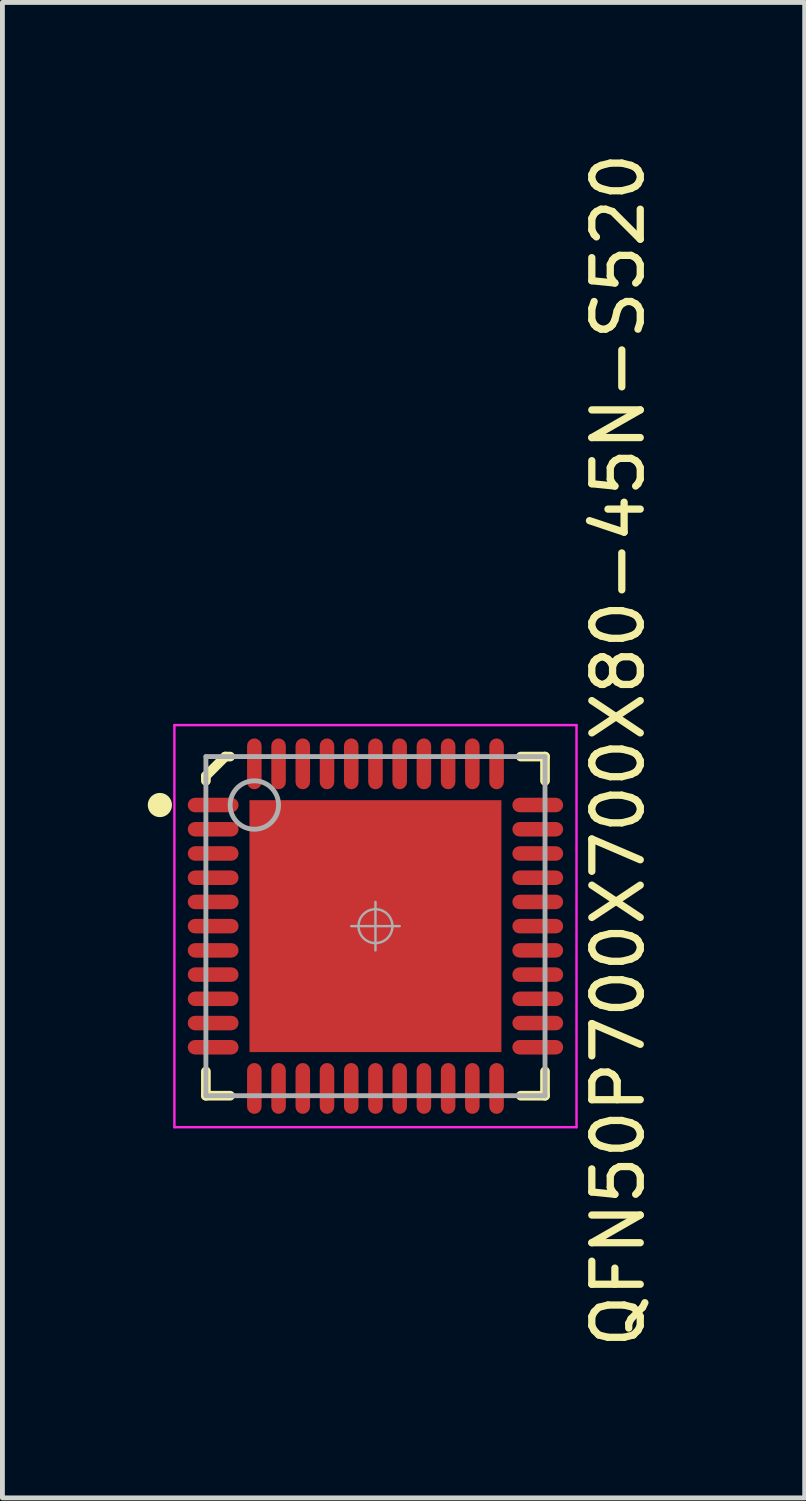
<source format=kicad_pcb>
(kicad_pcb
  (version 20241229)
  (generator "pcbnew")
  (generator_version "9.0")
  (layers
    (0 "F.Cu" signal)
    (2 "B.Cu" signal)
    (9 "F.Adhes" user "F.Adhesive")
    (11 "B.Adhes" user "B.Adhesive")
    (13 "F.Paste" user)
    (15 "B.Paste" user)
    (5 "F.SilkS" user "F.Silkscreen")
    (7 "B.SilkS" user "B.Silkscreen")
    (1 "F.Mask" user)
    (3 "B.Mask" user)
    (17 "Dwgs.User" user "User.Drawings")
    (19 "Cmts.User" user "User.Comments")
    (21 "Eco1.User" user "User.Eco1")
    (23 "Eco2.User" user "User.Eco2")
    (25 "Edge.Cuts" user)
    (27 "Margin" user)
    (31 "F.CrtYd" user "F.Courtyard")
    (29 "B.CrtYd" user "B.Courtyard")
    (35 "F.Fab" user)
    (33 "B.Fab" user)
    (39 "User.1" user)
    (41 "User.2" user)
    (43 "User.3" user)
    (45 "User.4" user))
  (footprint "QFN50P700X700X80-45N-S520"
    (layer "F.Cu")
    (at 4.7 16.067)
    (property "Reference" "QFN50P700X700X80-45N-S520" (at 5.011 -3.632 270) (layer "F.SilkS") (effects (font (size 1 1) (thickness 0.15))))
    (attr smd)
    (fp_line (start -3.5 -3.1) (end -3.1 -3.5) (stroke (width 0.2) (type solid)) (layer "F.SilkS"))
    (fp_line (start -3.5 -3) (end -3.5 -3.1) (stroke (width 0.2) (type solid)) (layer "F.SilkS"))
    (fp_line (start -3.5 3.5) (end -3.5 3) (stroke (width 0.2) (type solid)) (layer "F.SilkS"))
    (fp_line (start -3.5 3.5) (end -3 3.5) (stroke (width 0.2) (type solid)) (layer "F.SilkS"))
    (fp_line (start -3.1 -3.5) (end -3 -3.5) (stroke (width 0.2) (type solid)) (layer "F.SilkS"))
    (fp_line (start 3 -3.5) (end 3.5 -3.5) (stroke (width 0.2) (type solid)) (layer "F.SilkS"))
    (fp_line (start 3 3.5) (end 3.5 3.5) (stroke (width 0.2) (type solid)) (layer "F.SilkS"))
    (fp_line (start 3.5 -3) (end 3.5 -3.5) (stroke (width 0.2) (type solid)) (layer "F.SilkS"))
    (fp_line (start 3.5 3.5) (end 3.5 3) (stroke (width 0.2) (type solid)) (layer "F.SilkS"))
    (fp_circle (center -4.45 -2.5) (end -4.325 -2.5) (stroke (width 0.25) (type solid)) (fill no) (layer "F.SilkS"))
    (fp_line (start -4.15 -4.15) (end 4.15 -4.15) (stroke (width 0.05) (type solid)) (layer "F.CrtYd"))
    (fp_line (start -4.15 4.15) (end -4.15 -4.15) (stroke (width 0.05) (type solid)) (layer "F.CrtYd"))
    (fp_line (start -4.15 4.15) (end 4.15 4.15) (stroke (width 0.05) (type solid)) (layer "F.CrtYd"))
    (fp_line (start 4.15 4.15) (end 4.15 -4.15) (stroke (width 0.05) (type solid)) (layer "F.CrtYd"))
    (fp_line (start -3.5 -3.5) (end 3.5 -3.5) (stroke (width 0.1) (type solid)) (layer "F.Fab"))
    (fp_line (start -3.5 3.5) (end -3.5 -3.5) (stroke (width 0.1) (type solid)) (layer "F.Fab"))
    (fp_line (start -3.5 3.5) (end 3.5 3.5) (stroke (width 0.1) (type solid)) (layer "F.Fab"))
    (fp_line (start -0.5 0) (end 0.5 0) (stroke (width 0.05) (type solid)) (layer "F.Fab"))
    (fp_line (start 0 0.5) (end 0 -0.5) (stroke (width 0.05) (type solid)) (layer "F.Fab"))
    (fp_line (start 3.5 3.5) (end 3.5 -3.5) (stroke (width 0.1) (type solid)) (layer "F.Fab"))
    (fp_circle (center -2.5 -2.5) (end -2 -2.5) (stroke (width 0.1) (type solid)) (fill no) (layer "F.Fab"))
    (fp_circle (center 0 0) (end 0.35 0) (stroke (width 0.05) (type solid)) (fill no) (layer "F.Fab"))
    (pad "1" smd roundrect (at -3.35 -2.5) (size 1.05 0.3) (layers "F.Cu" "F.Mask" "F.Paste") (roundrect_rratio 0.5))
    (pad "2" smd roundrect (at -3.35 -2) (size 1.05 0.3) (layers "F.Cu" "F.Mask" "F.Paste") (roundrect_rratio 0.5))
    (pad "3" smd roundrect (at -3.35 -1.5) (size 1.05 0.3) (layers "F.Cu" "F.Mask" "F.Paste") (roundrect_rratio 0.5))
    (pad "4" smd roundrect (at -3.35 -1) (size 1.05 0.3) (layers "F.Cu" "F.Mask" "F.Paste") (roundrect_rratio 0.5))
    (pad "5" smd roundrect (at -3.35 -0.5) (size 1.05 0.3) (layers "F.Cu" "F.Mask" "F.Paste") (roundrect_rratio 0.5))
    (pad "6" smd roundrect (at -3.35 0) (size 1.05 0.3) (layers "F.Cu" "F.Mask" "F.Paste") (roundrect_rratio 0.5))
    (pad "7" smd roundrect (at -3.35 0.5) (size 1.05 0.3) (layers "F.Cu" "F.Mask" "F.Paste") (roundrect_rratio 0.5))
    (pad "8" smd roundrect (at -3.35 1) (size 1.05 0.3) (layers "F.Cu" "F.Mask" "F.Paste") (roundrect_rratio 0.5))
    (pad "9" smd roundrect (at -3.35 1.5) (size 1.05 0.3) (layers "F.Cu" "F.Mask" "F.Paste") (roundrect_rratio 0.5))
    (pad "10" smd roundrect (at -3.35 2) (size 1.05 0.3) (layers "F.Cu" "F.Mask" "F.Paste") (roundrect_rratio 0.5))
    (pad "11" smd roundrect (at -3.35 2.5) (size 1.05 0.3) (layers "F.Cu" "F.Mask" "F.Paste") (roundrect_rratio 0.5))
    (pad "12" smd roundrect (at -2.5 3.35 90) (size 1.05 0.3) (layers "F.Cu" "F.Mask" "F.Paste") (roundrect_rratio 0.5))
    (pad "13" smd roundrect (at -2 3.35 90) (size 1.05 0.3) (layers "F.Cu" "F.Mask" "F.Paste") (roundrect_rratio 0.5))
    (pad "14" smd roundrect (at -1.5 3.35 90) (size 1.05 0.3) (layers "F.Cu" "F.Mask" "F.Paste") (roundrect_rratio 0.5))
    (pad "15" smd roundrect (at -1 3.35 90) (size 1.05 0.3) (layers "F.Cu" "F.Mask" "F.Paste") (roundrect_rratio 0.5))
    (pad "16" smd roundrect (at -0.5 3.35 90) (size 1.05 0.3) (layers "F.Cu" "F.Mask" "F.Paste") (roundrect_rratio 0.5))
    (pad "17" smd roundrect (at 0 3.35 90) (size 1.05 0.3) (layers "F.Cu" "F.Mask" "F.Paste") (roundrect_rratio 0.5))
    (pad "18" smd roundrect (at 0.5 3.35 90) (size 1.05 0.3) (layers "F.Cu" "F.Mask" "F.Paste") (roundrect_rratio 0.5))
    (pad "19" smd roundrect (at 1 3.35 90) (size 1.05 0.3) (layers "F.Cu" "F.Mask" "F.Paste") (roundrect_rratio 0.5))
    (pad "20" smd roundrect (at 1.5 3.35 90) (size 1.05 0.3) (layers "F.Cu" "F.Mask" "F.Paste") (roundrect_rratio 0.5))
    (pad "21" smd roundrect (at 2 3.35 90) (size 1.05 0.3) (layers "F.Cu" "F.Mask" "F.Paste") (roundrect_rratio 0.5))
    (pad "22" smd roundrect (at 2.5 3.35 90) (size 1.05 0.3) (layers "F.Cu" "F.Mask" "F.Paste") (roundrect_rratio 0.5))
    (pad "23" smd roundrect (at 3.35 2.5) (size 1.05 0.3) (layers "F.Cu" "F.Mask" "F.Paste") (roundrect_rratio 0.5))
    (pad "24" smd roundrect (at 3.35 2) (size 1.05 0.3) (layers "F.Cu" "F.Mask" "F.Paste") (roundrect_rratio 0.5))
    (pad "25" smd roundrect (at 3.35 1.5) (size 1.05 0.3) (layers "F.Cu" "F.Mask" "F.Paste") (roundrect_rratio 0.5))
    (pad "26" smd roundrect (at 3.35 1) (size 1.05 0.3) (layers "F.Cu" "F.Mask" "F.Paste") (roundrect_rratio 0.5))
    (pad "27" smd roundrect (at 3.35 0.5) (size 1.05 0.3) (layers "F.Cu" "F.Mask" "F.Paste") (roundrect_rratio 0.5))
    (pad "28" smd roundrect (at 3.35 0) (size 1.05 0.3) (layers "F.Cu" "F.Mask" "F.Paste") (roundrect_rratio 0.5))
    (pad "29" smd roundrect (at 3.35 -0.5) (size 1.05 0.3) (layers "F.Cu" "F.Mask" "F.Paste") (roundrect_rratio 0.5))
    (pad "30" smd roundrect (at 3.35 -1) (size 1.05 0.3) (layers "F.Cu" "F.Mask" "F.Paste") (roundrect_rratio 0.5))
    (pad "31" smd roundrect (at 3.35 -1.5) (size 1.05 0.3) (layers "F.Cu" "F.Mask" "F.Paste") (roundrect_rratio 0.5))
    (pad "32" smd roundrect (at 3.35 -2) (size 1.05 0.3) (layers "F.Cu" "F.Mask" "F.Paste") (roundrect_rratio 0.5))
    (pad "33" smd roundrect (at 3.35 -2.5) (size 1.05 0.3) (layers "F.Cu" "F.Mask" "F.Paste") (roundrect_rratio 0.5))
    (pad "34" smd roundrect (at 2.5 -3.35 90) (size 1.05 0.3) (layers "F.Cu" "F.Mask" "F.Paste") (roundrect_rratio 0.5))
    (pad "35" smd roundrect (at 2 -3.35 90) (size 1.05 0.3) (layers "F.Cu" "F.Mask" "F.Paste") (roundrect_rratio 0.5))
    (pad "36" smd roundrect (at 1.5 -3.35 90) (size 1.05 0.3) (layers "F.Cu" "F.Mask" "F.Paste") (roundrect_rratio 0.5))
    (pad "37" smd roundrect (at 1 -3.35 90) (size 1.05 0.3) (layers "F.Cu" "F.Mask" "F.Paste") (roundrect_rratio 0.5))
    (pad "38" smd roundrect (at 0.5 -3.35 90) (size 1.05 0.3) (layers "F.Cu" "F.Mask" "F.Paste") (roundrect_rratio 0.5))
    (pad "39" smd roundrect (at 0 -3.35 90) (size 1.05 0.3) (layers "F.Cu" "F.Mask" "F.Paste") (roundrect_rratio 0.5))
    (pad "40" smd roundrect (at -0.5 -3.35 90) (size 1.05 0.3) (layers "F.Cu" "F.Mask" "F.Paste") (roundrect_rratio 0.5))
    (pad "41" smd roundrect (at -1 -3.35 90) (size 1.05 0.3) (layers "F.Cu" "F.Mask" "F.Paste") (roundrect_rratio 0.5))
    (pad "42" smd roundrect (at -1.5 -3.35 90) (size 1.05 0.3) (layers "F.Cu" "F.Mask" "F.Paste") (roundrect_rratio 0.5))
    (pad "43" smd roundrect (at -2 -3.35 90) (size 1.05 0.3) (layers "F.Cu" "F.Mask" "F.Paste") (roundrect_rratio 0.5))
    (pad "44" smd roundrect (at -2.5 -3.35 90) (size 1.05 0.3) (layers "F.Cu" "F.Mask" "F.Paste") (roundrect_rratio 0.5))
    (pad "45" smd rect (at 0 0) (size 5.2 5.2) (layers "F.Cu" "F.Mask" "F.Paste")))
  (gr_rect
    (start -3 -3)
    (end 13.56 27.869)
    (stroke (width 0.1) (type default))
    (fill no)
    (layer "Edge.Cuts")))
</source>
